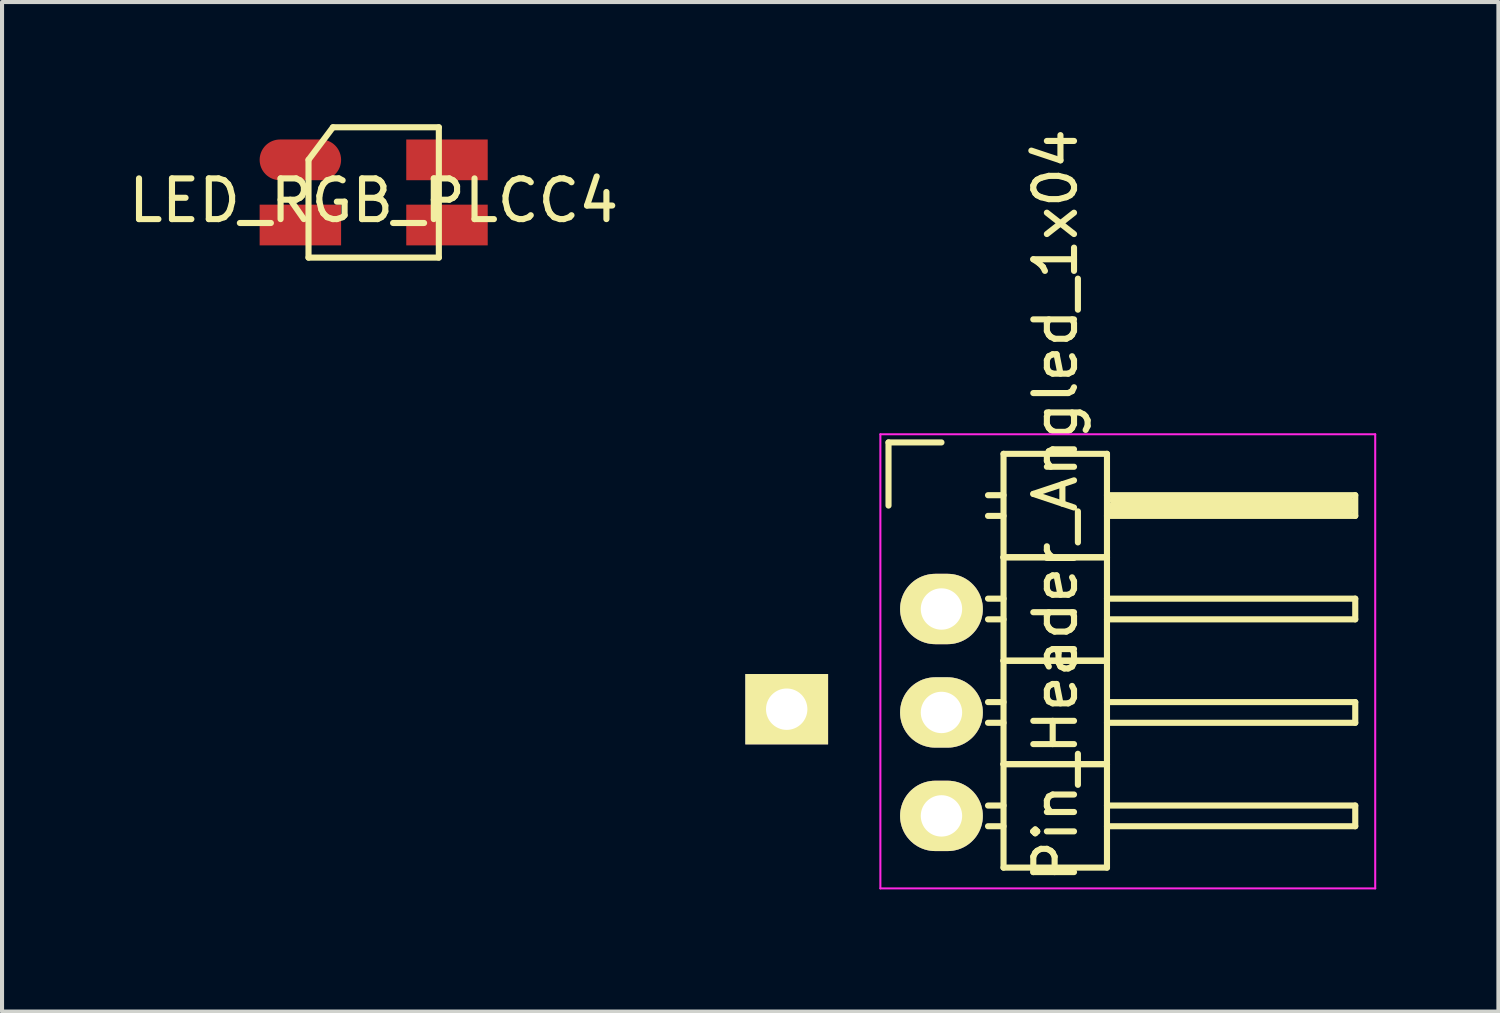
<source format=kicad_pcb>
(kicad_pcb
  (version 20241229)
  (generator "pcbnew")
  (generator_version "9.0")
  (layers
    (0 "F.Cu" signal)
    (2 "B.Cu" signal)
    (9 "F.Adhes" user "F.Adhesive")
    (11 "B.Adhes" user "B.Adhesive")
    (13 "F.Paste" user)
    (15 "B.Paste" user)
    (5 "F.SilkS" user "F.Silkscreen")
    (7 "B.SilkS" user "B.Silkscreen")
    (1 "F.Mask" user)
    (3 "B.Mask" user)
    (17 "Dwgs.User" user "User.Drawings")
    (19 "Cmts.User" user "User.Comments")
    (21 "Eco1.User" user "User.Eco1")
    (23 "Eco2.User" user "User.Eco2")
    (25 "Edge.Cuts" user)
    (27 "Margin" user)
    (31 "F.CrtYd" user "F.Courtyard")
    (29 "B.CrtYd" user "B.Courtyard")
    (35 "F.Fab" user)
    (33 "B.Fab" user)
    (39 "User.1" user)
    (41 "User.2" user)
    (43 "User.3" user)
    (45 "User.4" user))
  (footprint "Pin_Header_Angled_1x04"
    (layer "F.Cu")
    (at 20.066 9.363)
    (property "Reference" "Pin_Header_Angled_1x04" (at 2.8 0 270) (layer "F.SilkS") (effects (font (size 1 1) (thickness 0.15))))
    (attr through_hole)
    (fp_line (start -1.3 -1.55) (end -1.3 0) (stroke (width 0.15) (type solid)) (layer "F.SilkS"))
    (fp_line (start 0 -1.55) (end -1.3 -1.55) (stroke (width 0.15) (type solid)) (layer "F.SilkS"))
    (fp_line (start 1.524 -1.27) (end 1.524 1.27) (stroke (width 0.15) (type solid)) (layer "F.SilkS"))
    (fp_line (start 1.524 -1.27) (end 4.064 -1.27) (stroke (width 0.15) (type solid)) (layer "F.SilkS"))
    (fp_line (start 1.524 -0.254) (end 1.143 -0.254) (stroke (width 0.15) (type solid)) (layer "F.SilkS"))
    (fp_line (start 1.524 0.254) (end 1.143 0.254) (stroke (width 0.15) (type solid)) (layer "F.SilkS"))
    (fp_line (start 1.524 1.27) (end 1.524 3.81) (stroke (width 0.15) (type solid)) (layer "F.SilkS"))
    (fp_line (start 1.524 1.27) (end 4.064 1.27) (stroke (width 0.15) (type solid)) (layer "F.SilkS"))
    (fp_line (start 1.524 1.27) (end 4.064 1.27) (stroke (width 0.15) (type solid)) (layer "F.SilkS"))
    (fp_line (start 1.524 2.286) (end 1.143 2.286) (stroke (width 0.15) (type solid)) (layer "F.SilkS"))
    (fp_line (start 1.524 2.794) (end 1.143 2.794) (stroke (width 0.15) (type solid)) (layer "F.SilkS"))
    (fp_line (start 1.524 3.81) (end 1.524 6.35) (stroke (width 0.15) (type solid)) (layer "F.SilkS"))
    (fp_line (start 1.524 3.81) (end 4.064 3.81) (stroke (width 0.15) (type solid)) (layer "F.SilkS"))
    (fp_line (start 1.524 3.81) (end 4.064 3.81) (stroke (width 0.15) (type solid)) (layer "F.SilkS"))
    (fp_line (start 1.524 4.826) (end 1.143 4.826) (stroke (width 0.15) (type solid)) (layer "F.SilkS"))
    (fp_line (start 1.524 5.334) (end 1.143 5.334) (stroke (width 0.15) (type solid)) (layer "F.SilkS"))
    (fp_line (start 1.524 6.35) (end 1.524 8.89) (stroke (width 0.15) (type solid)) (layer "F.SilkS"))
    (fp_line (start 1.524 6.35) (end 4.064 6.35) (stroke (width 0.15) (type solid)) (layer "F.SilkS"))
    (fp_line (start 1.524 6.35) (end 4.064 6.35) (stroke (width 0.15) (type solid)) (layer "F.SilkS"))
    (fp_line (start 1.524 7.366) (end 1.143 7.366) (stroke (width 0.15) (type solid)) (layer "F.SilkS"))
    (fp_line (start 1.524 7.874) (end 1.143 7.874) (stroke (width 0.15) (type solid)) (layer "F.SilkS"))
    (fp_line (start 1.524 8.89) (end 4.064 8.89) (stroke (width 0.15) (type solid)) (layer "F.SilkS"))
    (fp_line (start 4.064 -0.254) (end 10.16 -0.254) (stroke (width 0.15) (type solid)) (layer "F.SilkS"))
    (fp_line (start 4.064 1.27) (end 4.064 -1.27) (stroke (width 0.15) (type solid)) (layer "F.SilkS"))
    (fp_line (start 4.064 2.286) (end 10.16 2.286) (stroke (width 0.15) (type solid)) (layer "F.SilkS"))
    (fp_line (start 4.064 3.81) (end 4.064 1.27) (stroke (width 0.15) (type solid)) (layer "F.SilkS"))
    (fp_line (start 4.064 4.826) (end 10.16 4.826) (stroke (width 0.15) (type solid)) (layer "F.SilkS"))
    (fp_line (start 4.064 6.35) (end 4.064 3.81) (stroke (width 0.15) (type solid)) (layer "F.SilkS"))
    (fp_line (start 4.064 7.366) (end 10.16 7.366) (stroke (width 0.15) (type solid)) (layer "F.SilkS"))
    (fp_line (start 4.064 8.89) (end 4.064 6.35) (stroke (width 0.15) (type solid)) (layer "F.SilkS"))
    (fp_line (start 4.191 -0.127) (end 10.033 -0.127) (stroke (width 0.15) (type solid)) (layer "F.SilkS"))
    (fp_line (start 4.191 0) (end 10.033 0) (stroke (width 0.15) (type solid)) (layer "F.SilkS"))
    (fp_line (start 4.191 0.127) (end 4.191 0) (stroke (width 0.15) (type solid)) (layer "F.SilkS"))
    (fp_line (start 10.033 -0.127) (end 10.033 0.127) (stroke (width 0.15) (type solid)) (layer "F.SilkS"))
    (fp_line (start 10.033 0.127) (end 4.191 0.127) (stroke (width 0.15) (type solid)) (layer "F.SilkS"))
    (fp_line (start 10.16 -0.254) (end 10.16 0.254) (stroke (width 0.15) (type solid)) (layer "F.SilkS"))
    (fp_line (start 10.16 0.254) (end 4.064 0.254) (stroke (width 0.15) (type solid)) (layer "F.SilkS"))
    (fp_line (start 10.16 2.286) (end 10.16 2.794) (stroke (width 0.15) (type solid)) (layer "F.SilkS"))
    (fp_line (start 10.16 2.794) (end 4.064 2.794) (stroke (width 0.15) (type solid)) (layer "F.SilkS"))
    (fp_line (start 10.16 4.826) (end 10.16 5.334) (stroke (width 0.15) (type solid)) (layer "F.SilkS"))
    (fp_line (start 10.16 5.334) (end 4.064 5.334) (stroke (width 0.15) (type solid)) (layer "F.SilkS"))
    (fp_line (start 10.16 7.366) (end 10.16 7.874) (stroke (width 0.15) (type solid)) (layer "F.SilkS"))
    (fp_line (start 10.16 7.874) (end 4.064 7.874) (stroke (width 0.15) (type solid)) (layer "F.SilkS"))
    (fp_line (start -1.5 -1.75) (end -1.5 9.4) (stroke (width 0.05) (type solid)) (layer "F.CrtYd"))
    (fp_line (start -1.5 -1.75) (end 10.65 -1.75) (stroke (width 0.05) (type solid)) (layer "F.CrtYd"))
    (fp_line (start -1.5 9.4) (end 10.65 9.4) (stroke (width 0.05) (type solid)) (layer "F.CrtYd"))
    (fp_line (start 10.65 -1.75) (end 10.65 9.4) (stroke (width 0.05) (type solid)) (layer "F.CrtYd"))
    (pad "1" thru_hole rect (at -3.8 5) (size 2.032 1.727) (drill 1.016) (layers "*.Cu" "*.Mask" "F.SilkS"))
    (pad "2" thru_hole oval (at 0 2.54) (size 2.032 1.727) (drill 1.016) (layers "*.Cu" "*.Mask" "F.SilkS"))
    (pad "3" thru_hole oval (at 0 5.08) (size 2.032 1.727) (drill 1.016) (layers "*.Cu" "*.Mask" "F.SilkS"))
    (pad "4" thru_hole oval (at 0 7.62) (size 2.032 1.727) (drill 1.016) (layers "*.Cu" "*.Mask" "F.SilkS")))
  (footprint "LED_RGB_PLCC4"
    (layer "F.Cu")
    (at 6.125 1.675)
    (property "Reference" "LED_RGB_PLCC4" (at 0 0.2 0) (layer "F.SilkS") (effects (font (size 1 1) (thickness 0.15))))
    (attr through_hole)
    (fp_line (start -1.6 -0.8) (end -1 -1.6) (stroke (width 0.15) (type solid)) (layer "F.SilkS"))
    (fp_line (start -1.6 1.6) (end -1.6 -0.8) (stroke (width 0.15) (type solid)) (layer "F.SilkS"))
    (fp_line (start -1 -1.6) (end 1.6 -1.6) (stroke (width 0.15) (type solid)) (layer "F.SilkS"))
    (fp_line (start 1.6 -1.6) (end 1.6 1.6) (stroke (width 0.15) (type solid)) (layer "F.SilkS"))
    (fp_line (start 1.6 1.6) (end -1.6 1.6) (stroke (width 0.15) (type solid)) (layer "F.SilkS"))
    (pad "1" smd oval (at -1.8 -0.8) (size 2 1) (layers "F.Cu" "F.Mask" "F.Paste"))
    (pad "2" smd rect (at -1.8 0.8) (size 2 1) (layers "F.Cu" "F.Mask" "F.Paste"))
    (pad "3" smd rect (at 1.8 0.8) (size 2 1) (layers "F.Cu" "F.Mask" "F.Paste"))
    (pad "4" smd rect (at 1.8 -0.8) (size 2 1) (layers "F.Cu" "F.Mask" "F.Paste")))
  (gr_rect
    (start -3 -3)
    (end 33.741 21.788)
    (stroke (width 0.1) (type default))
    (fill no)
    (layer "Edge.Cuts")))
</source>
